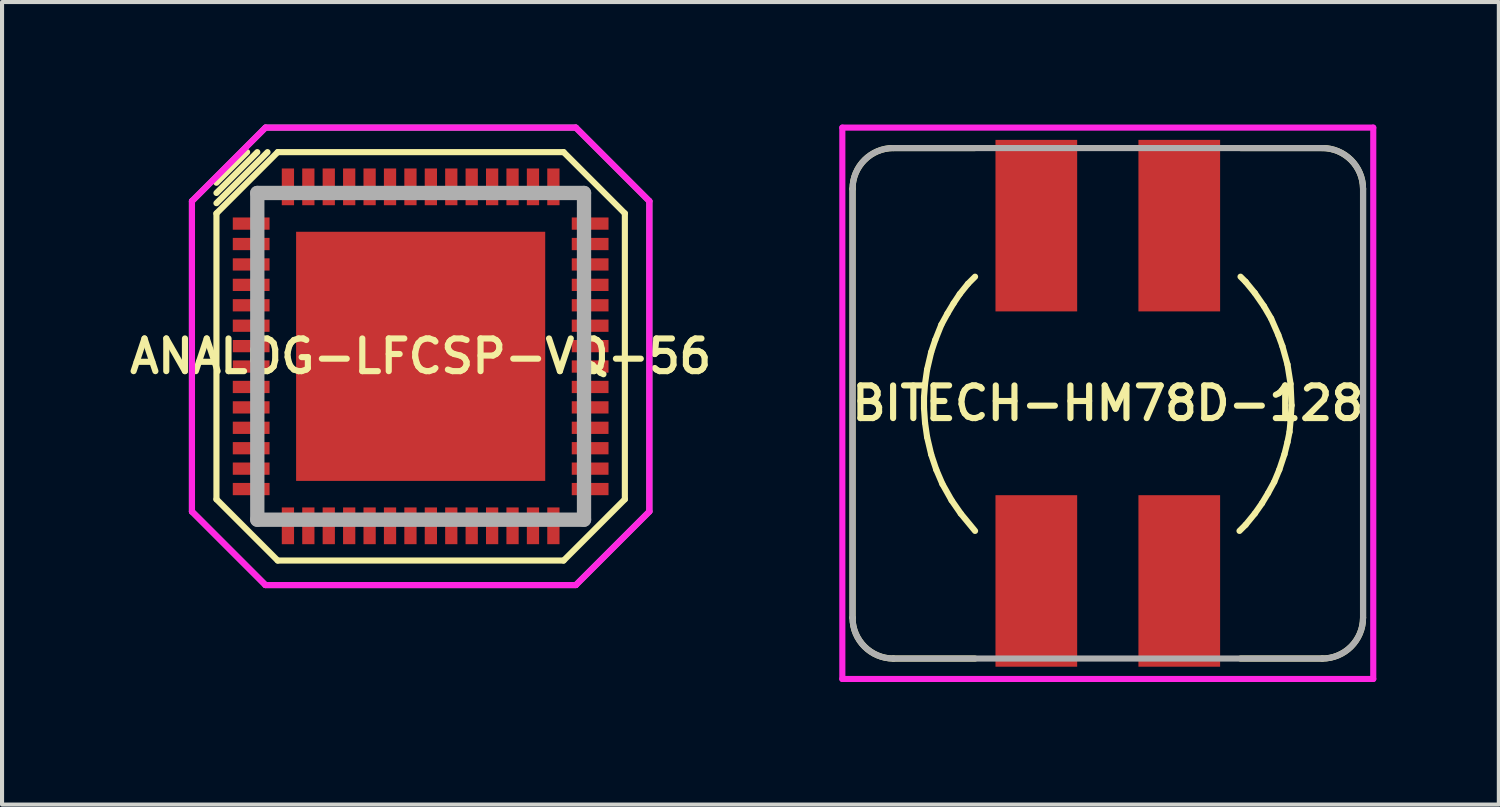
<source format=kicad_pcb>
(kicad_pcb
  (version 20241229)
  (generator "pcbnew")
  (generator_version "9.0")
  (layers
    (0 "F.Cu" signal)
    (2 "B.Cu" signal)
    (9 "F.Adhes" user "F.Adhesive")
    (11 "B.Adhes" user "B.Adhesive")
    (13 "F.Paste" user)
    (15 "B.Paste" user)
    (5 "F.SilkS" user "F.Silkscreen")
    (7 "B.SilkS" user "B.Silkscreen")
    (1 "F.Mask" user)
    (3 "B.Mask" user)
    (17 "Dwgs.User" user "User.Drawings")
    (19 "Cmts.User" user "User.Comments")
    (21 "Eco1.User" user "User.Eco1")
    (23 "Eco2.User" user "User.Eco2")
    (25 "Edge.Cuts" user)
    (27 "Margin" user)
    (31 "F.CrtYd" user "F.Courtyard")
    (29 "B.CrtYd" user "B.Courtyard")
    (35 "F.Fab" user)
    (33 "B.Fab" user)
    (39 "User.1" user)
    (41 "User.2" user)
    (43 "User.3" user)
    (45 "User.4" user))
  (footprint "BITECH-HM78D-128"
    (layer "F.Cu")
    (at 24.075 6.825)
    (property "Reference" "BITECH-HM78D-128" (at 0 0 0) (layer "F.SilkS") (effects (font (size 0.8 0.8) (thickness 0.15))))
    (attr smd)
    (fp_line (start -6.25 -5.25) (end -6.25 5.25) (stroke (width 0.15) (type solid)) (layer "F.SilkS"))
    (fp_line (start -5.25 6.25) (end -3.25 6.25) (stroke (width 0.15) (type solid)) (layer "F.SilkS"))
    (fp_line (start -4.5 -0.15) (end -4.5 0.125) (stroke (width 0.15) (type solid)) (layer "F.SilkS"))
    (fp_line (start -4.5 0.125) (end -4.475 0.475) (stroke (width 0.15) (type solid)) (layer "F.SilkS"))
    (fp_line (start -4.475 -0.475) (end -4.5 -0.15) (stroke (width 0.15) (type solid)) (layer "F.SilkS"))
    (fp_line (start -4.475 0.475) (end -4.425 0.825) (stroke (width 0.15) (type solid)) (layer "F.SilkS"))
    (fp_line (start -4.425 -0.825) (end -4.475 -0.475) (stroke (width 0.15) (type solid)) (layer "F.SilkS"))
    (fp_line (start -4.425 0.825) (end -4.325 1.25) (stroke (width 0.15) (type solid)) (layer "F.SilkS"))
    (fp_line (start -4.325 -1.25) (end -4.425 -0.825) (stroke (width 0.15) (type solid)) (layer "F.SilkS"))
    (fp_line (start -4.325 1.25) (end -4.2 1.625) (stroke (width 0.15) (type solid)) (layer "F.SilkS"))
    (fp_line (start -4.225 -1.55) (end -4.325 -1.25) (stroke (width 0.15) (type solid)) (layer "F.SilkS"))
    (fp_line (start -4.2 1.625) (end -4.05 1.975) (stroke (width 0.15) (type solid)) (layer "F.SilkS"))
    (fp_line (start -4.075 -1.925) (end -4.225 -1.55) (stroke (width 0.15) (type solid)) (layer "F.SilkS"))
    (fp_line (start -4.05 1.975) (end -3.825 2.375) (stroke (width 0.15) (type solid)) (layer "F.SilkS"))
    (fp_line (start -3.925 -2.2) (end -4.075 -1.925) (stroke (width 0.15) (type solid)) (layer "F.SilkS"))
    (fp_line (start -3.825 2.375) (end -3.6 2.7) (stroke (width 0.15) (type solid)) (layer "F.SilkS"))
    (fp_line (start -3.775 -2.45) (end -3.925 -2.2) (stroke (width 0.15) (type solid)) (layer "F.SilkS"))
    (fp_line (start -3.625 -2.675) (end -3.775 -2.45) (stroke (width 0.15) (type solid)) (layer "F.SilkS"))
    (fp_line (start -3.6 2.7) (end -3.25 3.125) (stroke (width 0.15) (type solid)) (layer "F.SilkS"))
    (fp_line (start -3.425 -2.925) (end -3.625 -2.675) (stroke (width 0.15) (type solid)) (layer "F.SilkS"))
    (fp_line (start -3.25 -6.25) (end -5.25 -6.25) (stroke (width 0.15) (type solid)) (layer "F.SilkS"))
    (fp_line (start -3.25 -3.1) (end -3.425 -2.925) (stroke (width 0.15) (type solid)) (layer "F.SilkS"))
    (fp_line (start 3.225 3.125) (end 3.375 2.975) (stroke (width 0.15) (type solid)) (layer "F.SilkS"))
    (fp_line (start 3.25 6.25) (end 5.25 6.25) (stroke (width 0.15) (type solid)) (layer "F.SilkS"))
    (fp_line (start 3.375 -2.975) (end 3.25 -3.1) (stroke (width 0.15) (type solid)) (layer "F.SilkS"))
    (fp_line (start 3.375 2.975) (end 3.6 2.7) (stroke (width 0.15) (type solid)) (layer "F.SilkS"))
    (fp_line (start 3.6 -2.7) (end 3.375 -2.975) (stroke (width 0.15) (type solid)) (layer "F.SilkS"))
    (fp_line (start 3.6 2.7) (end 3.775 2.45) (stroke (width 0.15) (type solid)) (layer "F.SilkS"))
    (fp_line (start 3.775 2.45) (end 3.925 2.2) (stroke (width 0.15) (type solid)) (layer "F.SilkS"))
    (fp_line (start 3.825 -2.375) (end 3.6 -2.7) (stroke (width 0.15) (type solid)) (layer "F.SilkS"))
    (fp_line (start 3.925 2.2) (end 4.075 1.925) (stroke (width 0.15) (type solid)) (layer "F.SilkS"))
    (fp_line (start 4 -2.075) (end 3.825 -2.375) (stroke (width 0.15) (type solid)) (layer "F.SilkS"))
    (fp_line (start 4.075 1.925) (end 4.2 1.625) (stroke (width 0.15) (type solid)) (layer "F.SilkS"))
    (fp_line (start 4.175 -1.675) (end 4 -2.075) (stroke (width 0.15) (type solid)) (layer "F.SilkS"))
    (fp_line (start 4.2 1.625) (end 4.325 1.25) (stroke (width 0.15) (type solid)) (layer "F.SilkS"))
    (fp_line (start 4.275 -1.4) (end 4.175 -1.675) (stroke (width 0.15) (type solid)) (layer "F.SilkS"))
    (fp_line (start 4.325 1.25) (end 4.4 0.95) (stroke (width 0.15) (type solid)) (layer "F.SilkS"))
    (fp_line (start 4.4 -0.95) (end 4.275 -1.4) (stroke (width 0.15) (type solid)) (layer "F.SilkS"))
    (fp_line (start 4.4 0.95) (end 4.45 0.7) (stroke (width 0.15) (type solid)) (layer "F.SilkS"))
    (fp_line (start 4.45 0.7) (end 4.475 0.425) (stroke (width 0.15) (type solid)) (layer "F.SilkS"))
    (fp_line (start 4.475 -0.475) (end 4.4 -0.95) (stroke (width 0.15) (type solid)) (layer "F.SilkS"))
    (fp_line (start 4.475 0.425) (end 4.5 0.05) (stroke (width 0.15) (type solid)) (layer "F.SilkS"))
    (fp_line (start 4.5 0.05) (end 4.475 -0.475) (stroke (width 0.15) (type solid)) (layer "F.SilkS"))
    (fp_line (start 5.25 -6.25) (end 3.25 -6.25) (stroke (width 0.15) (type solid)) (layer "F.SilkS"))
    (fp_line (start 6.25 5.25) (end 6.25 -5.25) (stroke (width 0.15) (type solid)) (layer "F.SilkS"))
    (fp_arc (start -6.25 -5.25) (mid -5.957107 -5.957107) (end -5.25 -6.25) (stroke (width 0.15) (type solid)) (layer "F.SilkS"))
    (fp_arc (start -5.25 6.25) (mid -5.957107 5.957107) (end -6.25 5.25) (stroke (width 0.15) (type solid)) (layer "F.SilkS"))
    (fp_arc (start 5.25 -6.25) (mid 5.957107 -5.957107) (end 6.25 -5.25) (stroke (width 0.15) (type solid)) (layer "F.SilkS"))
    (fp_arc (start 6.25 5.25) (mid 5.957107 5.957107) (end 5.25 6.25) (stroke (width 0.15) (type solid)) (layer "F.SilkS"))
    (fp_line (start -6.5 -6.75) (end 6.5 -6.75) (stroke (width 0.15) (type solid)) (layer "F.CrtYd"))
    (fp_line (start -6.5 6.75) (end -6.5 -6.75) (stroke (width 0.15) (type solid)) (layer "F.CrtYd"))
    (fp_line (start 6.5 -6.75) (end 6.5 6.75) (stroke (width 0.15) (type solid)) (layer "F.CrtYd"))
    (fp_line (start 6.5 6.75) (end -6.5 6.75) (stroke (width 0.15) (type solid)) (layer "F.CrtYd"))
    (fp_line (start -6.25 -5.25) (end -6.25 5.25) (stroke (width 0.15) (type solid)) (layer "F.Fab"))
    (fp_line (start -5.25 6.25) (end 5.25 6.25) (stroke (width 0.15) (type solid)) (layer "F.Fab"))
    (fp_line (start 5.25 -6.25) (end -5.25 -6.25) (stroke (width 0.15) (type solid)) (layer "F.Fab"))
    (fp_line (start 6.25 5.25) (end 6.25 -5.25) (stroke (width 0.15) (type solid)) (layer "F.Fab"))
    (fp_arc (start -6.25 -5.25) (mid -5.957107 -5.957107) (end -5.25 -6.25) (stroke (width 0.15) (type solid)) (layer "F.Fab"))
    (fp_arc (start -5.25 6.25) (mid -5.957107 5.957107) (end -6.25 5.25) (stroke (width 0.15) (type solid)) (layer "F.Fab"))
    (fp_arc (start 5.25 -6.25) (mid 5.957107 -5.957107) (end 6.25 -5.25) (stroke (width 0.15) (type solid)) (layer "F.Fab"))
    (fp_arc (start 6.25 5.25) (mid 5.957107 5.957107) (end 5.25 6.25) (stroke (width 0.15) (type solid)) (layer "F.Fab"))
    (pad "1" smd rect (at 1.75 4.35) (size 2 4.2) (layers "F.Cu" "F.Mask" "F.Paste"))
    (pad "2" smd rect (at -1.75 4.35) (size 2 4.2) (layers "F.Cu" "F.Mask" "F.Paste"))
    (pad "3" smd rect (at -1.75 -4.35) (size 2 4.2) (layers "F.Cu" "F.Mask" "F.Paste"))
    (pad "4" smd rect (at 1.75 -4.35) (size 2 4.2) (layers "F.Cu" "F.Mask" "F.Paste")))
  (footprint "ANALOG-LFCSP-VQ-56"
    (layer "F.Cu")
    (at 7.25 5.675)
    (property "Reference" "ANALOG-LFCSP-VQ-56" (at 0 0 0) (layer "F.SilkS") (effects (font (size 0.8 0.8) (thickness 0.15))))
    (attr smd)
    (fp_line (start -5 -4.25) (end -4.25 -5) (stroke (width 0.15) (type solid)) (layer "F.SilkS"))
    (fp_line (start -5 -3.75) (end -3.75 -5) (stroke (width 0.15) (type solid)) (layer "F.SilkS"))
    (fp_line (start -5 -3.5) (end -5 3.5) (stroke (width 0.15) (type solid)) (layer "F.SilkS"))
    (fp_line (start -5 3.5) (end -3.5 5) (stroke (width 0.15) (type solid)) (layer "F.SilkS"))
    (fp_line (start -4 -5) (end -5 -4) (stroke (width 0.15) (type solid)) (layer "F.SilkS"))
    (fp_line (start -3.5 -5) (end -5 -3.5) (stroke (width 0.15) (type solid)) (layer "F.SilkS"))
    (fp_line (start -3.5 5) (end 3.5 5) (stroke (width 0.15) (type solid)) (layer "F.SilkS"))
    (fp_line (start 3.5 -5) (end -3.5 -5) (stroke (width 0.15) (type solid)) (layer "F.SilkS"))
    (fp_line (start 3.5 5) (end 5 3.5) (stroke (width 0.15) (type solid)) (layer "F.SilkS"))
    (fp_line (start 5 -3.5) (end 3.5 -5) (stroke (width 0.15) (type solid)) (layer "F.SilkS"))
    (fp_line (start 5 3.5) (end 5 -3.5) (stroke (width 0.15) (type solid)) (layer "F.SilkS"))
    (fp_line (start -5.6 -3.8) (end -5.6 3.8) (stroke (width 0.15) (type solid)) (layer "F.CrtYd"))
    (fp_line (start -5.6 3.8) (end -3.8 5.6) (stroke (width 0.15) (type solid)) (layer "F.CrtYd"))
    (fp_line (start -3.8 -5.6) (end -5.6 -3.8) (stroke (width 0.15) (type solid)) (layer "F.CrtYd"))
    (fp_line (start -3.8 5.6) (end 3.8 5.6) (stroke (width 0.15) (type solid)) (layer "F.CrtYd"))
    (fp_line (start 3.8 -5.6) (end -3.8 -5.6) (stroke (width 0.15) (type solid)) (layer "F.CrtYd"))
    (fp_line (start 3.8 5.6) (end 5.6 3.8) (stroke (width 0.15) (type solid)) (layer "F.CrtYd"))
    (fp_line (start 5.6 -3.8) (end 3.8 -5.6) (stroke (width 0.15) (type solid)) (layer "F.CrtYd"))
    (fp_line (start 5.6 3.8) (end 5.6 -3.8) (stroke (width 0.15) (type solid)) (layer "F.CrtYd"))
    (fp_line (start -5.6 -3.8) (end -5.6 3.8) (stroke (width 0.15) (type solid)) (layer "F.Fab"))
    (fp_line (start -5.6 3.8) (end -3.8 5.6) (stroke (width 0.15) (type solid)) (layer "F.Fab"))
    (fp_line (start -4 -4) (end 4 -4) (stroke (width 0.35) (type solid)) (layer "F.Fab"))
    (fp_line (start -4 4) (end -4 -4) (stroke (width 0.35) (type solid)) (layer "F.Fab"))
    (fp_line (start -3.8 -5.6) (end -5.6 -3.8) (stroke (width 0.15) (type solid)) (layer "F.Fab"))
    (fp_line (start -3.8 5.6) (end 3.8 5.6) (stroke (width 0.15) (type solid)) (layer "F.Fab"))
    (fp_line (start 3.8 -5.6) (end -3.8 -5.6) (stroke (width 0.15) (type solid)) (layer "F.Fab"))
    (fp_line (start 3.8 5.6) (end 5.6 3.8) (stroke (width 0.15) (type solid)) (layer "F.Fab"))
    (fp_line (start 4 -4) (end 4 4) (stroke (width 0.35) (type solid)) (layer "F.Fab"))
    (fp_line (start 4 4) (end -4 4) (stroke (width 0.35) (type solid)) (layer "F.Fab"))
    (fp_line (start 5.6 -3.8) (end 3.8 -5.6) (stroke (width 0.15) (type solid)) (layer "F.Fab"))
    (fp_line (start 5.6 3.8) (end 5.6 -3.8) (stroke (width 0.15) (type solid)) (layer "F.Fab"))
    (pad "" smd rect (at -2 -2) (size 1.5 1.5) (layers "F.Paste"))
    (pad "" smd rect (at -2 0) (size 1.5 1.5) (layers "F.Paste"))
    (pad "" smd rect (at -2 2) (size 1.5 1.5) (layers "F.Paste"))
    (pad "" smd rect (at 0 -2) (size 1.5 1.5) (layers "F.Paste"))
    (pad "" smd rect (at 0 0) (size 1.5 1.5) (layers "F.Paste"))
    (pad "" smd rect (at 0 2) (size 1.5 1.5) (layers "F.Paste"))
    (pad "" smd rect (at 2 -2) (size 1.5 1.5) (layers "F.Paste"))
    (pad "" smd rect (at 2 0) (size 1.5 1.5) (layers "F.Paste"))
    (pad "" smd rect (at 2 2) (size 1.5 1.5) (layers "F.Paste"))
    (pad "1" smd rect (at -4.15 -3.25) (size 0.9 0.3) (layers "F.Cu" "F.Mask" "F.Paste"))
    (pad "2" smd rect (at -4.15 -2.75) (size 0.9 0.3) (layers "F.Cu" "F.Mask" "F.Paste"))
    (pad "3" smd rect (at -4.15 -2.25) (size 0.9 0.3) (layers "F.Cu" "F.Mask" "F.Paste"))
    (pad "4" smd rect (at -4.15 -1.75) (size 0.9 0.3) (layers "F.Cu" "F.Mask" "F.Paste"))
    (pad "5" smd rect (at -4.15 -1.25) (size 0.9 0.3) (layers "F.Cu" "F.Mask" "F.Paste"))
    (pad "6" smd rect (at -4.15 -0.75) (size 0.9 0.3) (layers "F.Cu" "F.Mask" "F.Paste"))
    (pad "7" smd rect (at -4.15 -0.25) (size 0.9 0.3) (layers "F.Cu" "F.Mask" "F.Paste"))
    (pad "8" smd rect (at -4.15 0.25) (size 0.9 0.3) (layers "F.Cu" "F.Mask" "F.Paste"))
    (pad "9" smd rect (at -4.15 0.75) (size 0.9 0.3) (layers "F.Cu" "F.Mask" "F.Paste"))
    (pad "10" smd rect (at -4.15 1.25) (size 0.9 0.3) (layers "F.Cu" "F.Mask" "F.Paste"))
    (pad "11" smd rect (at -4.15 1.75) (size 0.9 0.3) (layers "F.Cu" "F.Mask" "F.Paste"))
    (pad "12" smd rect (at -4.15 2.25) (size 0.9 0.3) (layers "F.Cu" "F.Mask" "F.Paste"))
    (pad "13" smd rect (at -4.15 2.75) (size 0.9 0.3) (layers "F.Cu" "F.Mask" "F.Paste"))
    (pad "14" smd rect (at -4.15 3.25) (size 0.9 0.3) (layers "F.Cu" "F.Mask" "F.Paste"))
    (pad "15" smd rect (at -3.25 4.15) (size 0.3 0.9) (layers "F.Cu" "F.Mask" "F.Paste"))
    (pad "16" smd rect (at -2.75 4.15) (size 0.3 0.9) (layers "F.Cu" "F.Mask" "F.Paste"))
    (pad "17" smd rect (at -2.25 4.15) (size 0.3 0.9) (layers "F.Cu" "F.Mask" "F.Paste"))
    (pad "18" smd rect (at -1.75 4.15) (size 0.3 0.9) (layers "F.Cu" "F.Mask" "F.Paste"))
    (pad "19" smd rect (at -1.25 4.15) (size 0.3 0.9) (layers "F.Cu" "F.Mask" "F.Paste"))
    (pad "20" smd rect (at -0.75 4.15) (size 0.3 0.9) (layers "F.Cu" "F.Mask" "F.Paste"))
    (pad "21" smd rect (at -0.25 4.15) (size 0.3 0.9) (layers "F.Cu" "F.Mask" "F.Paste"))
    (pad "22" smd rect (at 0.25 4.15) (size 0.3 0.9) (layers "F.Cu" "F.Mask" "F.Paste"))
    (pad "23" smd rect (at 0.75 4.15) (size 0.3 0.9) (layers "F.Cu" "F.Mask" "F.Paste"))
    (pad "24" smd rect (at 1.25 4.15) (size 0.3 0.9) (layers "F.Cu" "F.Mask" "F.Paste"))
    (pad "25" smd rect (at 1.75 4.15) (size 0.3 0.9) (layers "F.Cu" "F.Mask" "F.Paste"))
    (pad "26" smd rect (at 2.25 4.15) (size 0.3 0.9) (layers "F.Cu" "F.Mask" "F.Paste"))
    (pad "27" smd rect (at 2.75 4.15) (size 0.3 0.9) (layers "F.Cu" "F.Mask" "F.Paste"))
    (pad "28" smd rect (at 3.25 4.15) (size 0.3 0.9) (layers "F.Cu" "F.Mask" "F.Paste"))
    (pad "29" smd rect (at 4.15 3.25) (size 0.9 0.3) (layers "F.Cu" "F.Mask" "F.Paste"))
    (pad "30" smd rect (at 4.15 2.75) (size 0.9 0.3) (layers "F.Cu" "F.Mask" "F.Paste"))
    (pad "31" smd rect (at 4.15 2.25) (size 0.9 0.3) (layers "F.Cu" "F.Mask" "F.Paste"))
    (pad "32" smd rect (at 4.15 1.75) (size 0.9 0.3) (layers "F.Cu" "F.Mask" "F.Paste"))
    (pad "33" smd rect (at 4.15 1.25) (size 0.9 0.3) (layers "F.Cu" "F.Mask" "F.Paste"))
    (pad "34" smd rect (at 4.15 0.75) (size 0.9 0.3) (layers "F.Cu" "F.Mask" "F.Paste"))
    (pad "35" smd rect (at 4.15 0.25) (size 0.9 0.3) (layers "F.Cu" "F.Mask" "F.Paste"))
    (pad "36" smd rect (at 4.15 -0.25) (size 0.9 0.3) (layers "F.Cu" "F.Mask" "F.Paste"))
    (pad "37" smd rect (at 4.15 -0.75) (size 0.9 0.3) (layers "F.Cu" "F.Mask" "F.Paste"))
    (pad "38" smd rect (at 4.15 -1.25) (size 0.9 0.3) (layers "F.Cu" "F.Mask" "F.Paste"))
    (pad "39" smd rect (at 4.15 -1.75) (size 0.9 0.3) (layers "F.Cu" "F.Mask" "F.Paste"))
    (pad "40" smd rect (at 4.15 -2.25) (size 0.9 0.3) (layers "F.Cu" "F.Mask" "F.Paste"))
    (pad "41" smd rect (at 4.15 -2.75) (size 0.9 0.3) (layers "F.Cu" "F.Mask" "F.Paste"))
    (pad "42" smd rect (at 4.15 -3.25) (size 0.9 0.3) (layers "F.Cu" "F.Mask" "F.Paste"))
    (pad "43" smd rect (at 3.25 -4.15) (size 0.3 0.9) (layers "F.Cu" "F.Mask" "F.Paste"))
    (pad "44" smd rect (at 2.75 -4.15) (size 0.3 0.9) (layers "F.Cu" "F.Mask" "F.Paste"))
    (pad "45" smd rect (at 2.25 -4.15) (size 0.3 0.9) (layers "F.Cu" "F.Mask" "F.Paste"))
    (pad "46" smd rect (at 1.75 -4.15) (size 0.3 0.9) (layers "F.Cu" "F.Mask" "F.Paste"))
    (pad "47" smd rect (at 1.25 -4.15) (size 0.3 0.9) (layers "F.Cu" "F.Mask" "F.Paste"))
    (pad "48" smd rect (at 0.75 -4.15) (size 0.3 0.9) (layers "F.Cu" "F.Mask" "F.Paste"))
    (pad "49" smd rect (at 0.25 -4.15) (size 0.3 0.9) (layers "F.Cu" "F.Mask" "F.Paste"))
    (pad "50" smd rect (at -0.25 -4.15) (size 0.3 0.9) (layers "F.Cu" "F.Mask" "F.Paste"))
    (pad "51" smd rect (at -0.75 -4.15) (size 0.3 0.9) (layers "F.Cu" "F.Mask" "F.Paste"))
    (pad "52" smd rect (at -1.25 -4.15) (size 0.3 0.9) (layers "F.Cu" "F.Mask" "F.Paste"))
    (pad "53" smd rect (at -1.75 -4.15) (size 0.3 0.9) (layers "F.Cu" "F.Mask" "F.Paste"))
    (pad "54" smd rect (at -2.25 -4.15) (size 0.3 0.9) (layers "F.Cu" "F.Mask" "F.Paste"))
    (pad "55" smd rect (at -2.75 -4.15) (size 0.3 0.9) (layers "F.Cu" "F.Mask" "F.Paste"))
    (pad "56" smd rect (at -3.25 -4.15) (size 0.3 0.9) (layers "F.Cu" "F.Mask" "F.Paste"))
    (pad "57" smd rect (at 0 0) (size 6.1 6.1) (layers "F.Cu" "F.Mask")))
  (gr_rect
    (start -3 -3)
    (end 33.65 16.65)
    (stroke (width 0.1) (type default))
    (fill no)
    (layer "Edge.Cuts")))
</source>
